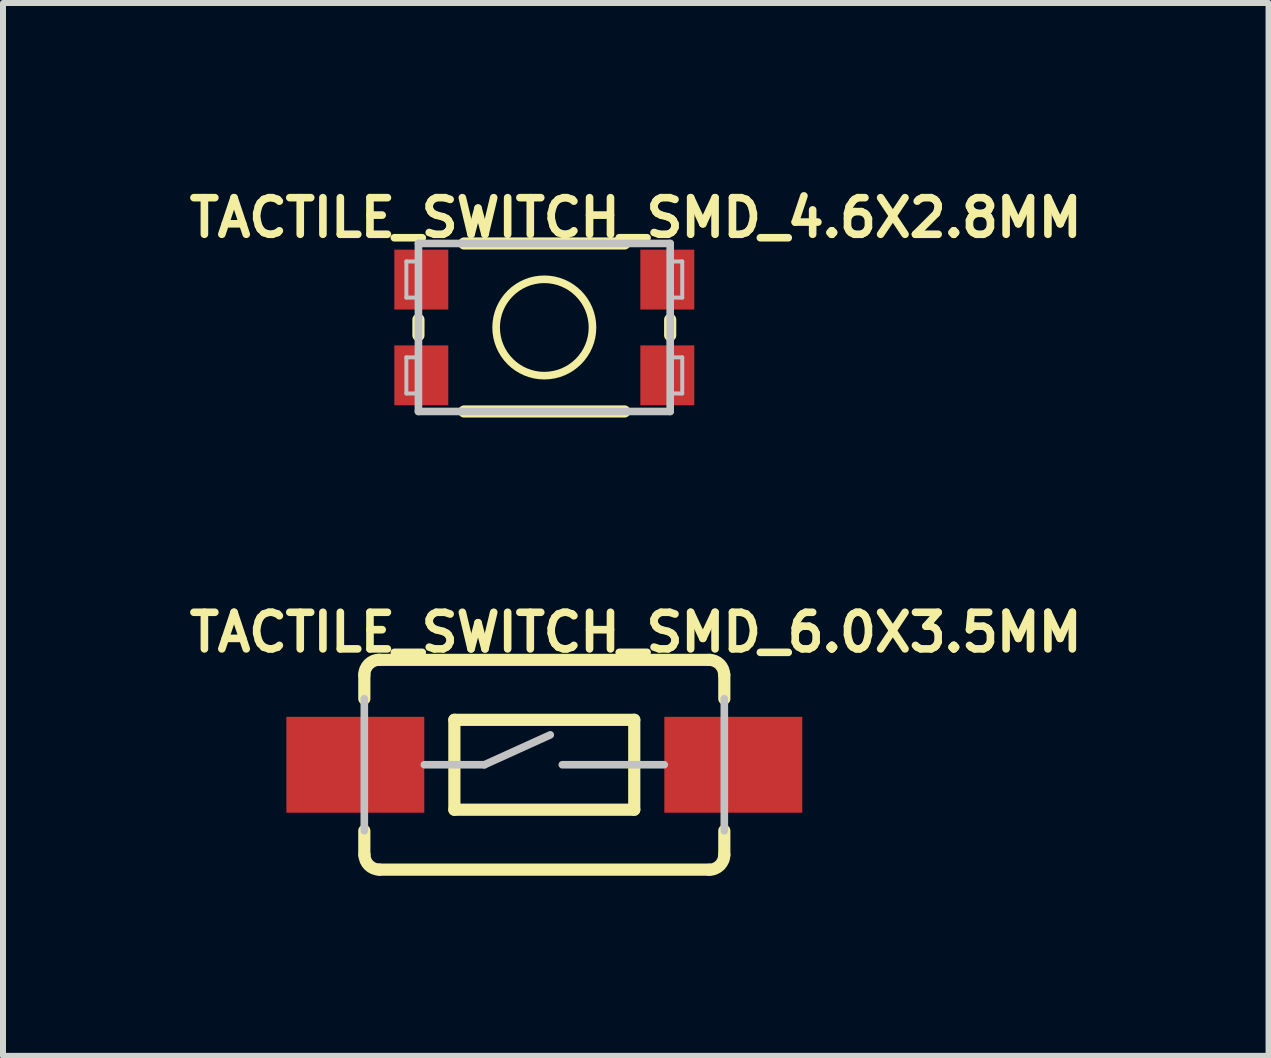
<source format=kicad_pcb>
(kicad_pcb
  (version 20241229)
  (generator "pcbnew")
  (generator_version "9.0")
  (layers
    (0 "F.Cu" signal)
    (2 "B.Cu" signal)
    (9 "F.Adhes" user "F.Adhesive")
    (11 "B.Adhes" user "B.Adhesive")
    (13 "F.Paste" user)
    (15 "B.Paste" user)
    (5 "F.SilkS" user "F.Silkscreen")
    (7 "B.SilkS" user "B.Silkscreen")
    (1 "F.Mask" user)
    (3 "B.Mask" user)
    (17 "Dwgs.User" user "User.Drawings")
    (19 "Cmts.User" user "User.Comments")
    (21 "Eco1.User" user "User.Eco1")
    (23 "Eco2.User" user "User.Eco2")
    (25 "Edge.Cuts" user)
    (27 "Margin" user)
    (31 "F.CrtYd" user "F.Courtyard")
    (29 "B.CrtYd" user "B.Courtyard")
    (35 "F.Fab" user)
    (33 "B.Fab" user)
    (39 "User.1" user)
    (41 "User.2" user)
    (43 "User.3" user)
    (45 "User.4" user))
  (footprint "TACTILE_SWITCH_SMD_6.0X3.5MM"
    (layer "F.Cu")
    (at 6.022 9.696)
    (property "Reference" "TACTILE_SWITCH_SMD_6.0X3.5MM" (at 1.524 -2.207 0) (layer "F.SilkS") (effects (font (size 0.61 0.61) (thickness 0.127))))
    (attr smd)
    (fp_line (start -3 -1.1) (end -3 -1.499) (stroke (width 0.203) (type solid)) (layer "F.SilkS"))
    (fp_line (start -3 1.499) (end -3 1.1) (stroke (width 0.203) (type solid)) (layer "F.SilkS"))
    (fp_line (start -2.748 -1.748) (end 2.748 -1.748) (stroke (width 0.203) (type solid)) (layer "F.SilkS"))
    (fp_line (start -1.499 -0.749) (end 1.499 -0.749) (stroke (width 0.203) (type solid)) (layer "F.SilkS"))
    (fp_line (start -1.499 0.749) (end -1.499 -0.749) (stroke (width 0.203) (type solid)) (layer "F.SilkS"))
    (fp_line (start 1.499 0.749) (end -1.499 0.749) (stroke (width 0.203) (type solid)) (layer "F.SilkS"))
    (fp_line (start 1.499 0.749) (end 1.499 -0.749) (stroke (width 0.203) (type solid)) (layer "F.SilkS"))
    (fp_line (start 2.748 1.748) (end -2.748 1.748) (stroke (width 0.203) (type solid)) (layer "F.SilkS"))
    (fp_line (start 3 -1.1) (end 3 -1.499) (stroke (width 0.203) (type solid)) (layer "F.SilkS"))
    (fp_line (start 3 1.499) (end 3 1.1) (stroke (width 0.203) (type solid)) (layer "F.SilkS"))
    (fp_arc (start -2.99974 -1.4986) (mid -2.926089 -1.676409) (end -2.74828 -1.75006) (stroke (width 0.2032) (type solid)) (layer "F.SilkS"))
    (fp_arc (start -2.74828 1.74752) (mid -2.924293 1.674613) (end -2.9972 1.4986) (stroke (width 0.2032) (type solid)) (layer "F.SilkS"))
    (fp_arc (start 2.74828 -1.74752) (mid 2.924293 -1.674613) (end 2.9972 -1.4986) (stroke (width 0.2032) (type solid)) (layer "F.SilkS"))
    (fp_arc (start 2.99974 1.4986) (mid 2.926089 1.676409) (end 2.74828 1.75006) (stroke (width 0.2032) (type solid)) (layer "F.SilkS"))
    (fp_line (start -3 -1.1) (end -3 1.1) (stroke (width 0.127) (type solid)) (layer "Dwgs.User"))
    (fp_line (start -1.999 0) (end -0.998 0) (stroke (width 0.127) (type solid)) (layer "Dwgs.User"))
    (fp_line (start -0.998 0) (end 0.099 -0.498) (stroke (width 0.127) (type solid)) (layer "Dwgs.User"))
    (fp_line (start 0.3 0) (end 1.999 0) (stroke (width 0.127) (type solid)) (layer "Dwgs.User"))
    (fp_line (start 3 -1.1) (end 3 1.1) (stroke (width 0.127) (type solid)) (layer "Dwgs.User"))
    (pad "1" smd rect (at -3.15 0 180) (size 2.299 1.598) (layers "F.Cu" "F.Mask" "F.Paste"))
    (pad "2" smd rect (at 3.15 0 180) (size 2.299 1.598) (layers "F.Cu" "F.Mask" "F.Paste")))
  (footprint "TACTILE_SWITCH_SMD_4.6X2.8MM"
    (layer "F.Cu")
    (at 6.022 2.408)
    (property "Reference" "TACTILE_SWITCH_SMD_4.6X2.8MM" (at 1.524 -1.829 0) (layer "F.SilkS") (effects (font (size 0.61 0.61) (thickness 0.127))))
    (attr smd)
    (fp_line (start -2.098 -0.13) (end -2.098 0.13) (stroke (width 0.203) (type solid)) (layer "F.SilkS"))
    (fp_line (start -1.336 -1.4) (end 1.336 -1.4) (stroke (width 0.203) (type solid)) (layer "F.SilkS"))
    (fp_line (start 1.336 1.4) (end -1.336 1.4) (stroke (width 0.203) (type solid)) (layer "F.SilkS"))
    (fp_line (start 2.098 0.13) (end 2.098 -0.13) (stroke (width 0.203) (type solid)) (layer "F.SilkS"))
    (fp_circle (center 0 0) (end 0 -0.803) (stroke (width 0.127) (type solid)) (fill no) (layer "F.SilkS"))
    (fp_line (start -2.299 -1.1) (end -2.098 -1.1) (stroke (width 0.066) (type solid)) (layer "Dwgs.User"))
    (fp_line (start -2.299 -0.498) (end -2.299 -1.1) (stroke (width 0.066) (type solid)) (layer "Dwgs.User"))
    (fp_line (start -2.299 -0.498) (end -2.098 -0.498) (stroke (width 0.066) (type solid)) (layer "Dwgs.User"))
    (fp_line (start -2.299 0.498) (end -2.098 0.498) (stroke (width 0.066) (type solid)) (layer "Dwgs.User"))
    (fp_line (start -2.299 1.1) (end -2.299 0.498) (stroke (width 0.066) (type solid)) (layer "Dwgs.User"))
    (fp_line (start -2.299 1.1) (end -2.098 1.1) (stroke (width 0.066) (type solid)) (layer "Dwgs.User"))
    (fp_line (start -2.098 -1.4) (end -2.098 1.4) (stroke (width 0.127) (type solid)) (layer "Dwgs.User"))
    (fp_line (start -2.098 -1.4) (end 2.098 -1.4) (stroke (width 0.127) (type solid)) (layer "Dwgs.User"))
    (fp_line (start -2.098 -0.498) (end -2.098 -1.1) (stroke (width 0.066) (type solid)) (layer "Dwgs.User"))
    (fp_line (start -2.098 1.1) (end -2.098 0.498) (stroke (width 0.066) (type solid)) (layer "Dwgs.User"))
    (fp_line (start -2.098 1.4) (end 2.098 1.4) (stroke (width 0.127) (type solid)) (layer "Dwgs.User"))
    (fp_line (start 2.098 -1.1) (end 2.299 -1.1) (stroke (width 0.066) (type solid)) (layer "Dwgs.User"))
    (fp_line (start 2.098 -0.498) (end 2.098 -1.1) (stroke (width 0.066) (type solid)) (layer "Dwgs.User"))
    (fp_line (start 2.098 -0.498) (end 2.299 -0.498) (stroke (width 0.066) (type solid)) (layer "Dwgs.User"))
    (fp_line (start 2.098 0.498) (end 2.299 0.498) (stroke (width 0.066) (type solid)) (layer "Dwgs.User"))
    (fp_line (start 2.098 1.1) (end 2.098 0.498) (stroke (width 0.066) (type solid)) (layer "Dwgs.User"))
    (fp_line (start 2.098 1.1) (end 2.299 1.1) (stroke (width 0.066) (type solid)) (layer "Dwgs.User"))
    (fp_line (start 2.098 1.4) (end 2.098 -1.4) (stroke (width 0.127) (type solid)) (layer "Dwgs.User"))
    (fp_line (start 2.299 -0.498) (end 2.299 -1.1) (stroke (width 0.066) (type solid)) (layer "Dwgs.User"))
    (fp_line (start 2.299 1.1) (end 2.299 0.498) (stroke (width 0.066) (type solid)) (layer "Dwgs.User"))
    (pad "1" smd rect (at -2.05 0.798) (size 0.899 0.998) (layers "F.Cu" "F.Mask" "F.Paste"))
    (pad "2" smd rect (at 2.05 0.798) (size 0.899 0.998) (layers "F.Cu" "F.Mask" "F.Paste"))
    (pad "3" smd rect (at 2.05 -0.798) (size 0.899 0.998) (layers "F.Cu" "F.Mask" "F.Paste"))
    (pad "4" smd rect (at -2.05 -0.798) (size 0.899 0.998) (layers "F.Cu" "F.Mask" "F.Paste")))
  (gr_rect
    (start -3 -3)
    (end 18.093 14.548)
    (stroke (width 0.1) (type default))
    (fill no)
    (layer "Edge.Cuts")))
</source>
